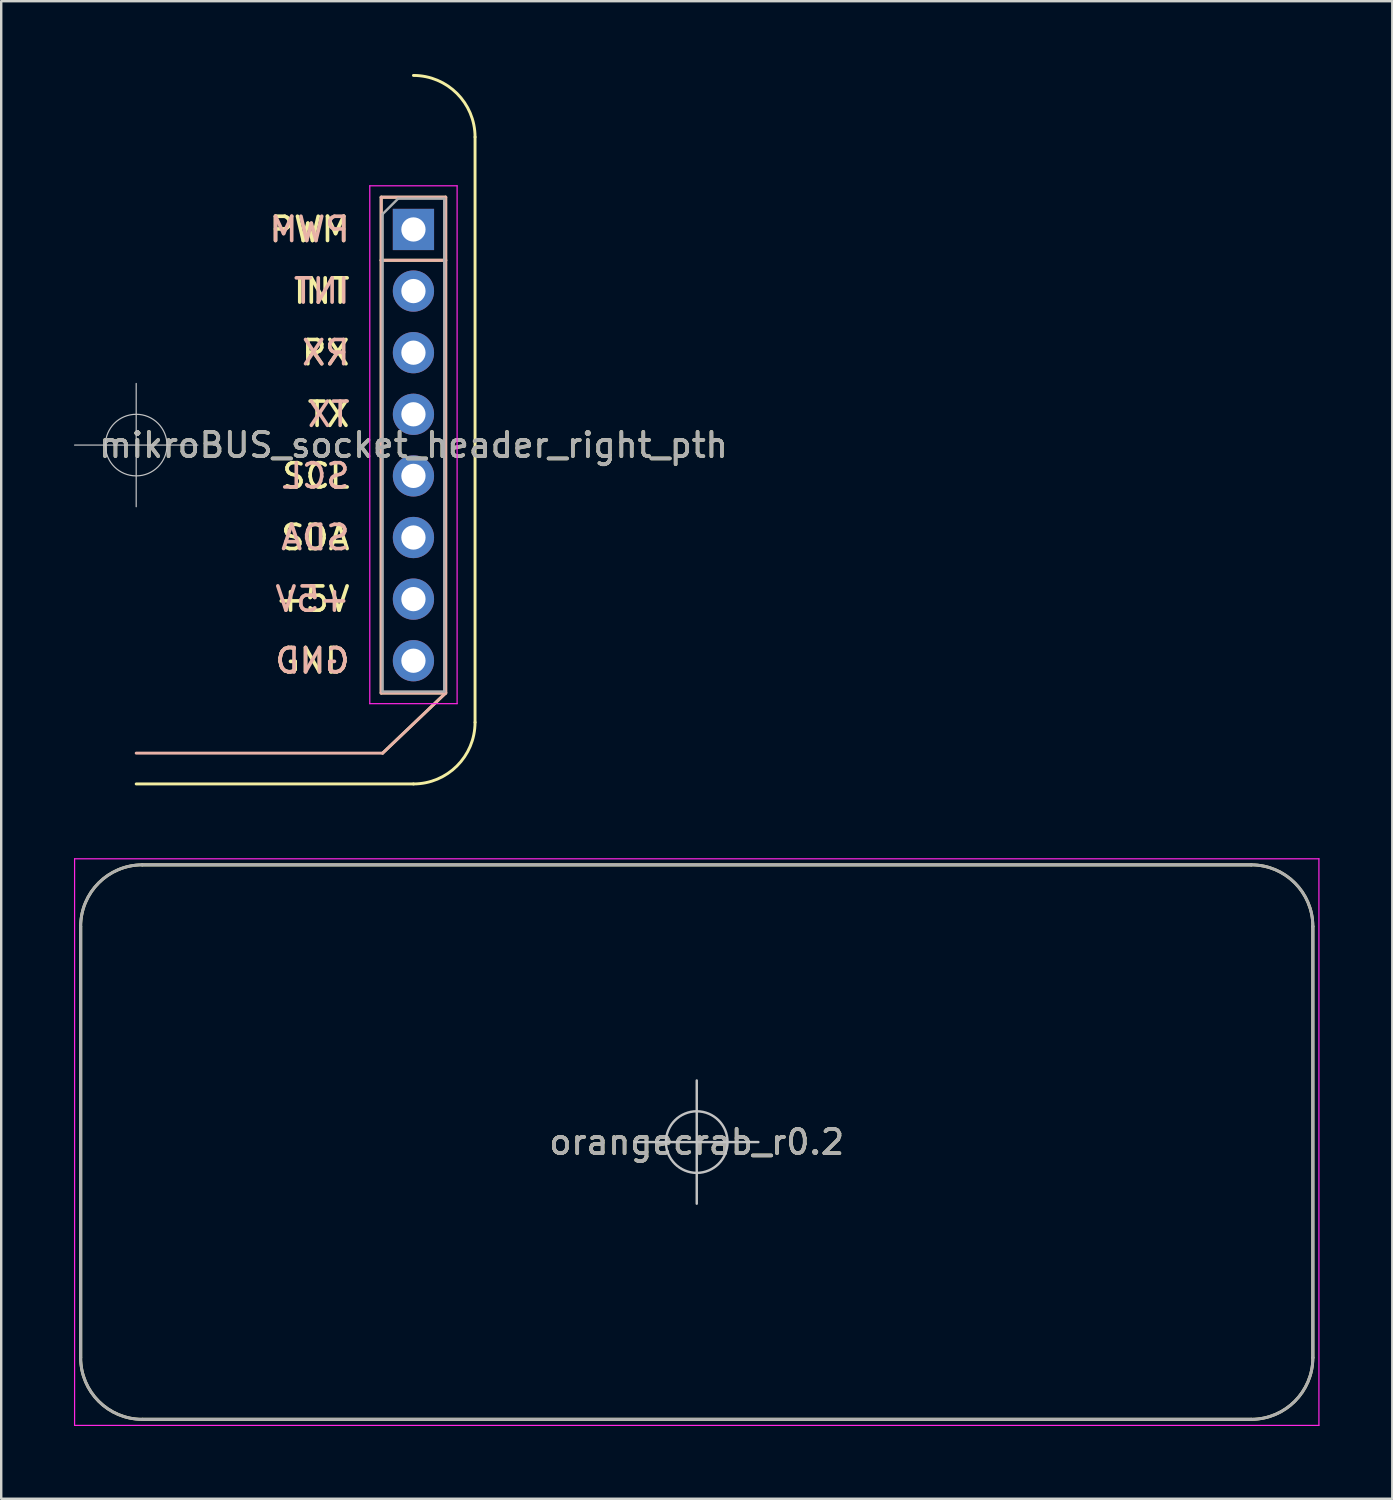
<source format=kicad_pcb>
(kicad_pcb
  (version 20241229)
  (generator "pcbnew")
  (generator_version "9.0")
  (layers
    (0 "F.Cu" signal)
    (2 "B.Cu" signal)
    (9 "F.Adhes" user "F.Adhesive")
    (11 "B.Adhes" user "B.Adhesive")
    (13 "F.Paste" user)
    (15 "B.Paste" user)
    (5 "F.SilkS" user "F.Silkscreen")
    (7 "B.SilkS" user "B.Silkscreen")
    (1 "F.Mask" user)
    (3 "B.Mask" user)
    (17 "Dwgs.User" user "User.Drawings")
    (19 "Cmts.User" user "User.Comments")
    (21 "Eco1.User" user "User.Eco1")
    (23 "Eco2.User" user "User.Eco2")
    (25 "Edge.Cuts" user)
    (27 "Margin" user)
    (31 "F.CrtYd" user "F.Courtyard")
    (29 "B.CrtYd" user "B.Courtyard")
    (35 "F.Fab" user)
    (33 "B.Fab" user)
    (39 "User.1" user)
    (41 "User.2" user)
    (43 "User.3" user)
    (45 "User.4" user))
  (footprint "mikroBUS_socket_header_right_pth"
    (layer "F.Cu")
    (at 2.565 15.3)
    (property "Reference" "mikroBUS_socket_header_right_pth" (at 11.43 0 0) (unlocked yes) (layer "F.SilkS") (effects (font (size 1 1) (thickness 0.15))))
    (attr through_hole)
    (fp_line (start 10.1 -10.22) (end 12.76 -10.22) (stroke (width 0.12) (type solid)) (layer "F.SilkS"))
    (fp_line (start 10.1 -7.62) (end 10.1 -10.22) (stroke (width 0.12) (type solid)) (layer "F.SilkS"))
    (fp_line (start 10.1 -7.62) (end 10.1 10.22) (stroke (width 0.12) (type solid)) (layer "F.SilkS"))
    (fp_line (start 10.1 -7.62) (end 12.76 -7.62) (stroke (width 0.12) (type solid)) (layer "F.SilkS"))
    (fp_line (start 10.1 10.22) (end 12.76 10.22) (stroke (width 0.12) (type solid)) (layer "F.SilkS"))
    (fp_line (start 11.43 13.97) (end 0 13.97) (stroke (width 0.12) (type solid)) (layer "F.SilkS"))
    (fp_line (start 12.76 -7.62) (end 12.76 -10.22) (stroke (width 0.12) (type solid)) (layer "F.SilkS"))
    (fp_line (start 12.76 -7.62) (end 12.76 10.22) (stroke (width 0.12) (type solid)) (layer "F.SilkS"))
    (fp_line (start 12.76 10.22) (end 10.16 12.7) (stroke (width 0.12) (type solid)) (layer "F.SilkS"))
    (fp_line (start 13.97 -12.7) (end 13.97 11.43) (stroke (width 0.12) (type solid)) (layer "F.SilkS"))
    (fp_arc (start 11.43 -15.24) (mid 13.226051 -14.496051) (end 13.97 -12.7) (stroke (width 0.12) (type solid)) (layer "F.SilkS"))
    (fp_arc (start 13.97 11.43) (mid 13.226051 13.226051) (end 11.43 13.97) (stroke (width 0.12) (type solid)) (layer "F.SilkS"))
    (fp_line (start 10.1 -10.22) (end 12.76 -10.22) (stroke (width 0.12) (type solid)) (layer "B.SilkS"))
    (fp_line (start 10.1 -7.62) (end 10.1 -10.22) (stroke (width 0.12) (type solid)) (layer "B.SilkS"))
    (fp_line (start 10.1 -7.62) (end 10.1 10.22) (stroke (width 0.12) (type solid)) (layer "B.SilkS"))
    (fp_line (start 10.1 -7.62) (end 12.76 -7.62) (stroke (width 0.12) (type solid)) (layer "B.SilkS"))
    (fp_line (start 10.1 10.22) (end 12.76 10.22) (stroke (width 0.12) (type solid)) (layer "B.SilkS"))
    (fp_line (start 10.16 12.7) (end 0 12.7) (stroke (width 0.12) (type solid)) (layer "B.SilkS"))
    (fp_line (start 12.76 -7.62) (end 12.76 -10.22) (stroke (width 0.12) (type solid)) (layer "B.SilkS"))
    (fp_line (start 12.76 -7.62) (end 12.76 10.22) (stroke (width 0.12) (type solid)) (layer "B.SilkS"))
    (fp_line (start 12.76 10.22) (end 10.16 12.7) (stroke (width 0.12) (type solid)) (layer "B.SilkS"))
    (fp_line (start -2.54 0) (end 2.54 0) (stroke (width 0.05) (type solid)) (layer "Dwgs.User"))
    (fp_line (start 0 -2.54) (end 0 2.54) (stroke (width 0.05) (type solid)) (layer "Dwgs.User"))
    (fp_circle (center 0 0) (end 1.27 0) (stroke (width 0.05) (type solid)) (fill no) (layer "Dwgs.User"))
    (fp_line (start 9.63 -10.69) (end 9.63 10.66) (stroke (width 0.05) (type solid)) (layer "F.CrtYd"))
    (fp_line (start 9.63 10.66) (end 13.23 10.66) (stroke (width 0.05) (type solid)) (layer "F.CrtYd"))
    (fp_line (start 13.23 -10.69) (end 9.63 -10.69) (stroke (width 0.05) (type solid)) (layer "F.CrtYd"))
    (fp_line (start 13.23 10.66) (end 13.23 -10.69) (stroke (width 0.05) (type solid)) (layer "F.CrtYd"))
    (fp_line (start 10.16 -9.525) (end 10.795 -10.16) (stroke (width 0.1) (type solid)) (layer "F.Fab"))
    (fp_line (start 10.16 10.16) (end 10.16 -9.525) (stroke (width 0.1) (type solid)) (layer "F.Fab"))
    (fp_line (start 10.795 -10.16) (end 12.7 -10.16) (stroke (width 0.1) (type solid)) (layer "F.Fab"))
    (fp_line (start 12.7 -10.16) (end 12.7 10.16) (stroke (width 0.1) (type solid)) (layer "F.Fab"))
    (fp_line (start 12.7 10.16) (end 10.16 10.16) (stroke (width 0.1) (type solid)) (layer "F.Fab"))
    (fp_text user "+5V" (at 8.89 6.35 0) (unlocked yes) (layer "F.SilkS") (effects (font (size 1 1) (thickness 0.15)) (justify right)))
    (fp_text user "INT" (at 8.89 -6.35 0) (unlocked yes) (layer "F.SilkS") (effects (font (size 1 1) (thickness 0.15)) (justify right)))
    (fp_text user "SDA" (at 8.89 3.81 0) (unlocked yes) (layer "F.SilkS") (effects (font (size 1 1) (thickness 0.15)) (justify right)))
    (fp_text user "PWM" (at 8.89 -8.89 0) (unlocked yes) (layer "F.SilkS") (effects (font (size 1 1) (thickness 0.15)) (justify right)))
    (fp_text user "GND" (at 8.89 8.89 0) (unlocked yes) (layer "F.SilkS") (effects (font (size 1 1) (thickness 0.15)) (justify right)))
    (fp_text user "SCL" (at 8.89 1.27 0) (unlocked yes) (layer "F.SilkS") (effects (font (size 1 1) (thickness 0.15)) (justify right)))
    (fp_text user "RX" (at 8.89 -3.81 0) (unlocked yes) (layer "F.SilkS") (effects (font (size 1 1) (thickness 0.15)) (justify right)))
    (fp_text user "TX" (at 8.89 -1.27 0) (unlocked yes) (layer "F.SilkS") (effects (font (size 1 1) (thickness 0.15)) (justify right)))
    (fp_text user "PWM" (at 8.89 -8.89 0) (unlocked yes) (layer "B.SilkS") (effects (font (size 1 1) (thickness 0.15)) (justify left mirror)))
    (fp_text user "TX" (at 8.89 -1.27 0) (unlocked yes) (layer "B.SilkS") (effects (font (size 1 1) (thickness 0.15)) (justify left mirror)))
    (fp_text user "GND" (at 8.89 8.89 0) (unlocked yes) (layer "B.SilkS") (effects (font (size 1 1) (thickness 0.15)) (justify left mirror)))
    (fp_text user "SCL" (at 8.89 1.27 0) (unlocked yes) (layer "B.SilkS") (effects (font (size 1 1) (thickness 0.15)) (justify left mirror)))
    (fp_text user "+5V" (at 8.89 6.35 0) (unlocked yes) (layer "B.SilkS") (effects (font (size 1 1) (thickness 0.15)) (justify left mirror)))
    (fp_text user "RX" (at 8.89 -3.81 0) (unlocked yes) (layer "B.SilkS") (effects (font (size 1 1) (thickness 0.15)) (justify left mirror)))
    (fp_text user "INT" (at 8.89 -6.35 0) (unlocked yes) (layer "B.SilkS") (effects (font (size 1 1) (thickness 0.15)) (justify left mirror)))
    (fp_text user "SDA" (at 8.89 3.81 0) (unlocked yes) (layer "B.SilkS") (effects (font (size 1 1) (thickness 0.15)) (justify left mirror)))
    (fp_text user "${REFERENCE}" (at 11.43 0 0) (unlocked yes) (layer "F.Fab") (effects (font (size 1 1) (thickness 0.15))))
    (pad "+5V" thru_hole oval (at 11.43 6.35) (size 1.7 1.7) (drill 1) (layers "*.Cu" "*.Mask"))
    (pad "GND" thru_hole oval (at 11.43 8.89) (size 1.7 1.7) (drill 1) (layers "*.Cu" "*.Mask"))
    (pad "INT" thru_hole oval (at 11.43 -6.35) (size 1.7 1.7) (drill 1) (layers "*.Cu" "*.Mask"))
    (pad "PWM" thru_hole rect (at 11.43 -8.89) (size 1.7 1.7) (drill 1) (layers "*.Cu" "*.Mask"))
    (pad "RX" thru_hole oval (at 11.43 -3.81) (size 1.7 1.7) (drill 1) (layers "*.Cu" "*.Mask"))
    (pad "SCL" thru_hole oval (at 11.43 1.27) (size 1.7 1.7) (drill 1) (layers "*.Cu" "*.Mask"))
    (pad "SDA" thru_hole oval (at 11.43 3.81) (size 1.7 1.7) (drill 1) (layers "*.Cu" "*.Mask"))
    (pad "TX" thru_hole oval (at 11.43 -1.27) (size 1.7 1.7) (drill 1) (layers "*.Cu" "*.Mask")))
  (footprint "orangecrab_r0.2"
    (layer "F.Cu")
    (at 25.675 44.035)
    (property "Reference" "orangecrab_r0.2" (at 0 0 0) (layer "F.SilkS") (effects (font (size 1 1) (thickness 0.15))))
    (attr through_hole)
    (fp_line (start -25.4 8.89) (end -25.4 -8.89) (stroke (width 0.127) (type solid)) (layer "F.SilkS"))
    (fp_line (start -22.86 -11.43) (end 22.86 -11.43) (stroke (width 0.127) (type solid)) (layer "F.SilkS"))
    (fp_line (start 22.86 11.43) (end -22.86 11.43) (stroke (width 0.127) (type solid)) (layer "F.SilkS"))
    (fp_line (start 25.4 -8.89) (end 25.4 8.89) (stroke (width 0.127) (type solid)) (layer "F.SilkS"))
    (fp_arc (start -25.4 -8.89) (mid -24.656051 -10.686051) (end -22.86 -11.43) (stroke (width 0.12) (type solid)) (layer "F.SilkS"))
    (fp_arc (start -22.86 11.43) (mid -24.656051 10.686051) (end -25.4 8.89) (stroke (width 0.12) (type solid)) (layer "F.SilkS"))
    (fp_arc (start 22.86 -11.43) (mid 24.656051 -10.686051) (end 25.4 -8.89) (stroke (width 0.12) (type solid)) (layer "F.SilkS"))
    (fp_arc (start 25.4 8.89) (mid 24.656051 10.686051) (end 22.86 11.43) (stroke (width 0.12) (type solid)) (layer "F.SilkS"))
    (fp_line (start -2.54 0) (end 2.54 0) (stroke (width 0.1) (type solid)) (layer "Dwgs.User"))
    (fp_line (start 0 -2.54) (end 0 2.54) (stroke (width 0.1) (type solid)) (layer "Dwgs.User"))
    (fp_circle (center 0 0) (end 1.27 0) (stroke (width 0.1) (type solid)) (fill no) (layer "Dwgs.User"))
    (fp_line (start -25.65 -11.68) (end 25.65 -11.68) (stroke (width 0.05) (type solid)) (layer "F.CrtYd"))
    (fp_line (start -25.65 11.68) (end -25.65 -11.68) (stroke (width 0.05) (type solid)) (layer "F.CrtYd"))
    (fp_line (start 25.65 -11.68) (end 25.65 11.68) (stroke (width 0.05) (type solid)) (layer "F.CrtYd"))
    (fp_line (start 25.65 11.68) (end -25.65 11.68) (stroke (width 0.05) (type solid)) (layer "F.CrtYd"))
    (fp_line (start -25.4 8.89) (end -25.4 -8.89) (stroke (width 0.127) (type solid)) (layer "F.Fab"))
    (fp_line (start -22.86 -11.43) (end 22.86 -11.43) (stroke (width 0.127) (type solid)) (layer "F.Fab"))
    (fp_line (start 22.86 11.43) (end -22.86 11.43) (stroke (width 0.127) (type solid)) (layer "F.Fab"))
    (fp_line (start 25.4 -8.89) (end 25.4 8.89) (stroke (width 0.127) (type solid)) (layer "F.Fab"))
    (fp_arc (start -25.4 -8.89) (mid -24.656051 -10.686051) (end -22.86 -11.43) (stroke (width 0.12) (type solid)) (layer "F.Fab"))
    (fp_arc (start -22.86 11.43) (mid -24.656051 10.686051) (end -25.4 8.89) (stroke (width 0.12) (type solid)) (layer "F.Fab"))
    (fp_arc (start 22.86 -11.43) (mid 24.656051 -10.686051) (end 25.4 -8.89) (stroke (width 0.12) (type solid)) (layer "F.Fab"))
    (fp_arc (start 25.4 8.89) (mid 24.656051 10.686051) (end 22.86 11.43) (stroke (width 0.12) (type solid)) (layer "F.Fab"))
    (fp_text user "${REFERENCE}" (at 0 0 0) (layer "F.Fab") (effects (font (size 1 1) (thickness 0.15)))))
  (gr_rect
    (start -3 -3)
    (end 54.35 58.74)
    (stroke (width 0.1) (type default))
    (fill no)
    (layer "Edge.Cuts")))
</source>
